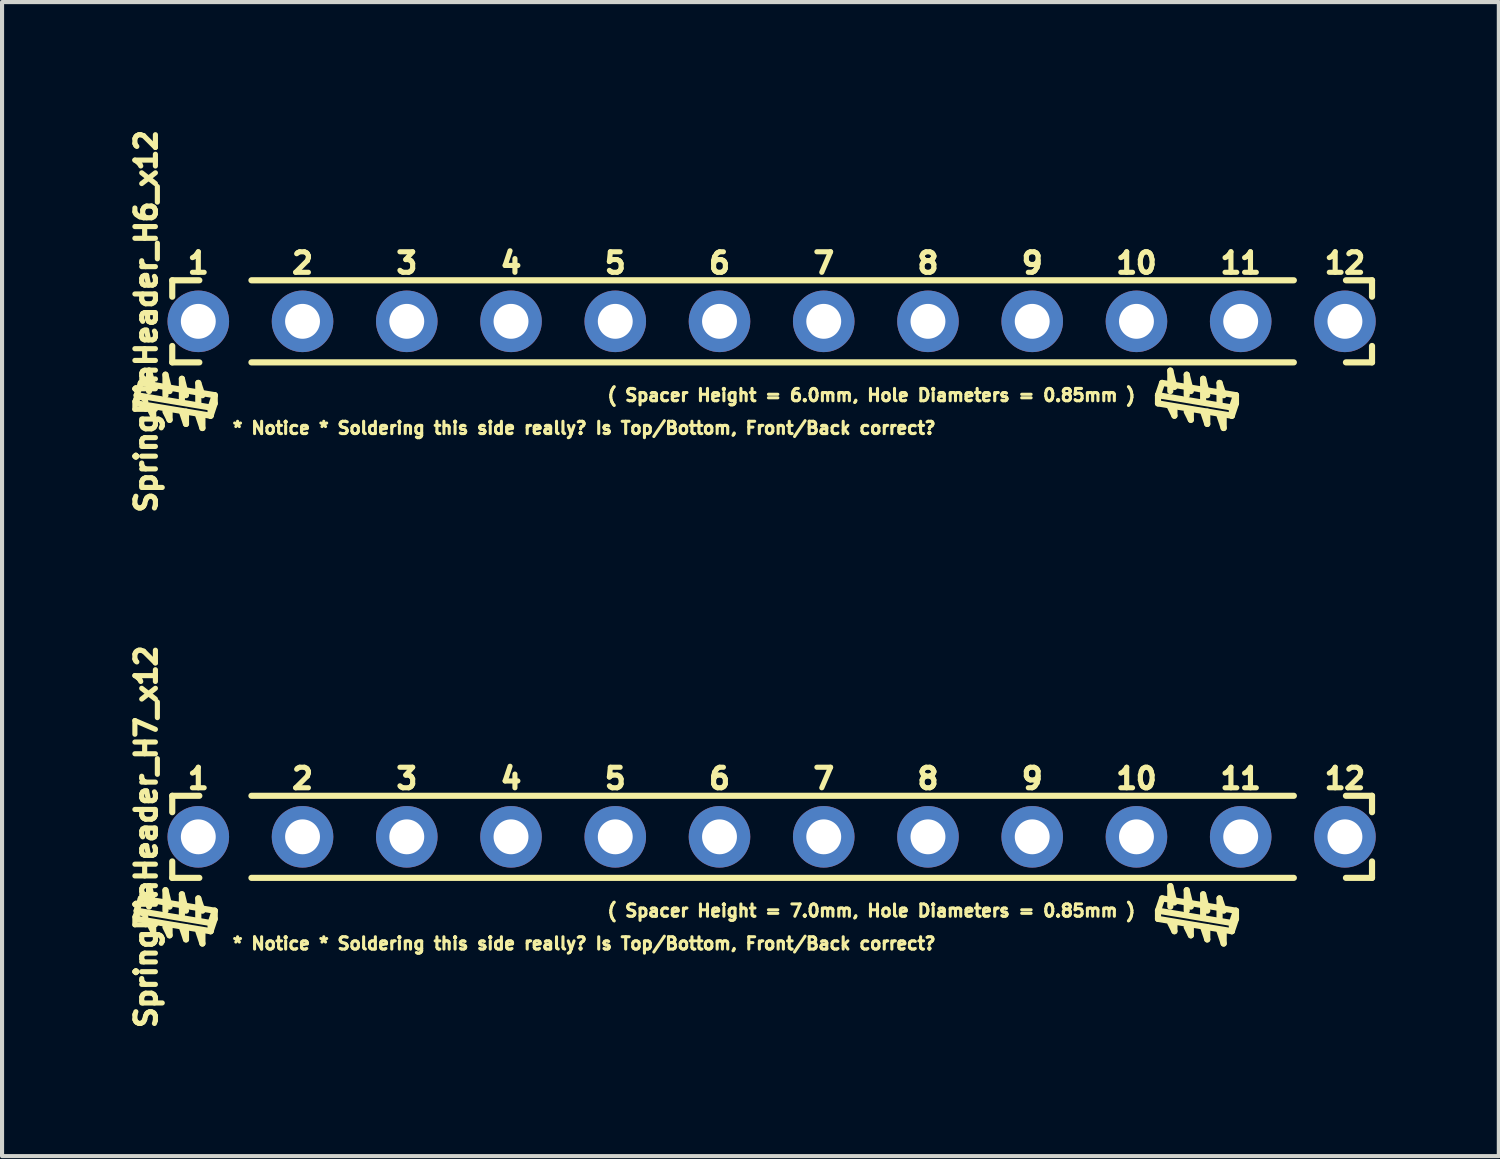
<source format=kicad_pcb>
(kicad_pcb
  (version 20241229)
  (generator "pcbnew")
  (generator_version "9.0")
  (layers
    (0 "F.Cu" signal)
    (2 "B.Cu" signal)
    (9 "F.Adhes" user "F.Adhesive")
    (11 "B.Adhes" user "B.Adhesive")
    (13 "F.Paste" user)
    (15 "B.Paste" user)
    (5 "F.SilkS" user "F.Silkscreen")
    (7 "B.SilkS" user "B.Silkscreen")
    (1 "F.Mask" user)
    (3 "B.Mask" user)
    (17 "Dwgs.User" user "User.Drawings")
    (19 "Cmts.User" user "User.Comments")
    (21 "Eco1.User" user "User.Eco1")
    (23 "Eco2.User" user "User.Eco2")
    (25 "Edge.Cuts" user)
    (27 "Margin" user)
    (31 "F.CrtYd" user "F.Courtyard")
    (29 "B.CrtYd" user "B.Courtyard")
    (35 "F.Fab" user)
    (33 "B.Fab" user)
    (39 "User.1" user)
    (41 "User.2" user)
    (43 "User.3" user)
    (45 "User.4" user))
  (footprint "SpringPinHeader_H7_x12"
    (layer "F.Cu")
    (at 1.782 17.341)
    (property "Reference" "SpringPinHeader_H7_x12" (at -1.27 0 90) (layer "F.SilkS") (effects (font (size 0.5 0.5) (thickness 0.125))))
    (attr through_hole)
    (fp_line (start -1.5 1.8) (end -1.5 2) (stroke (width 0.15) (type solid)) (layer "F.SilkS"))
    (fp_line (start -1.5 1.8) (end 0.3 2.1) (stroke (width 0.15) (type solid)) (layer "F.SilkS"))
    (fp_line (start -1.5 2) (end 0.3 2.3) (stroke (width 0.15) (type solid)) (layer "F.SilkS"))
    (fp_line (start -1.4 1.5) (end -1.5 1.8) (stroke (width 0.15) (type solid)) (layer "F.SilkS"))
    (fp_line (start -1.2 1.2) (end -1.1 1.6) (stroke (width 0.15) (type solid)) (layer "F.SilkS"))
    (fp_line (start -1.2 1.7) (end -1.2 1.2) (stroke (width 0.15) (type solid)) (layer "F.SilkS"))
    (fp_line (start -1.2 2.1) (end -1.1 2.3) (stroke (width 0.15) (type solid)) (layer "F.SilkS"))
    (fp_line (start -1.1 2.3) (end -1.1 2.1) (stroke (width 0.15) (type solid)) (layer "F.SilkS"))
    (fp_line (start -0.8 1.3) (end -0.7 1.7) (stroke (width 0.15) (type solid)) (layer "F.SilkS"))
    (fp_line (start -0.8 1.8) (end -0.8 1.3) (stroke (width 0.15) (type solid)) (layer "F.SilkS"))
    (fp_line (start -0.8 2.2) (end -0.7 2.4) (stroke (width 0.15) (type solid)) (layer "F.SilkS"))
    (fp_line (start -0.7 2.4) (end -0.7 2.2) (stroke (width 0.15) (type solid)) (layer "F.SilkS"))
    (fp_line (start -0.635 -1) (end -0.635 -0.6) (stroke (width 0.15) (type solid)) (layer "F.SilkS"))
    (fp_line (start -0.635 -1) (end 0.025 -1) (stroke (width 0.15) (type solid)) (layer "F.SilkS"))
    (fp_line (start -0.635 1) (end -0.635 0.6) (stroke (width 0.15) (type solid)) (layer "F.SilkS"))
    (fp_line (start -0.635 1) (end 0.025 1) (stroke (width 0.15) (type solid)) (layer "F.SilkS"))
    (fp_line (start -0.4 1.4) (end -0.3 1.8) (stroke (width 0.15) (type solid)) (layer "F.SilkS"))
    (fp_line (start -0.4 1.9) (end -0.4 1.4) (stroke (width 0.15) (type solid)) (layer "F.SilkS"))
    (fp_line (start -0.4 2.2) (end -0.3 2.5) (stroke (width 0.15) (type solid)) (layer "F.SilkS"))
    (fp_line (start -0.3 2.5) (end -0.3 2.2) (stroke (width 0.15) (type solid)) (layer "F.SilkS"))
    (fp_line (start 0 1.5) (end 0.1 1.8) (stroke (width 0.15) (type solid)) (layer "F.SilkS"))
    (fp_line (start 0 2) (end 0 1.5) (stroke (width 0.15) (type solid)) (layer "F.SilkS"))
    (fp_line (start 0 2.3) (end 0.1 2.6) (stroke (width 0.15) (type solid)) (layer "F.SilkS"))
    (fp_line (start 0.1 2.6) (end 0.1 2.3) (stroke (width 0.15) (type solid)) (layer "F.SilkS"))
    (fp_line (start 0.3 2.1) (end 0.4 1.8) (stroke (width 0.15) (type solid)) (layer "F.SilkS"))
    (fp_line (start 0.3 2.3) (end 0.3 2.1) (stroke (width 0.15) (type solid)) (layer "F.SilkS"))
    (fp_line (start 0.4 1.8) (end -1.4 1.5) (stroke (width 0.15) (type solid)) (layer "F.SilkS"))
    (fp_line (start 0.4 1.8) (end 0.4 2) (stroke (width 0.15) (type solid)) (layer "F.SilkS"))
    (fp_line (start 0.4 2) (end 0.3 2.3) (stroke (width 0.15) (type solid)) (layer "F.SilkS"))
    (fp_line (start 1.295 -1) (end 26.695 -1) (stroke (width 0.15) (type solid)) (layer "F.SilkS"))
    (fp_line (start 23.385 1.8) (end 23.385 2) (stroke (width 0.15) (type solid)) (layer "F.SilkS"))
    (fp_line (start 23.385 1.8) (end 25.185 2.1) (stroke (width 0.15) (type solid)) (layer "F.SilkS"))
    (fp_line (start 23.385 2) (end 25.185 2.3) (stroke (width 0.15) (type solid)) (layer "F.SilkS"))
    (fp_line (start 23.485 1.5) (end 23.385 1.8) (stroke (width 0.15) (type solid)) (layer "F.SilkS"))
    (fp_line (start 23.685 1.2) (end 23.785 1.6) (stroke (width 0.15) (type solid)) (layer "F.SilkS"))
    (fp_line (start 23.685 1.7) (end 23.685 1.2) (stroke (width 0.15) (type solid)) (layer "F.SilkS"))
    (fp_line (start 23.685 2.1) (end 23.785 2.3) (stroke (width 0.15) (type solid)) (layer "F.SilkS"))
    (fp_line (start 23.785 2.3) (end 23.785 2.1) (stroke (width 0.15) (type solid)) (layer "F.SilkS"))
    (fp_line (start 24.085 1.3) (end 24.185 1.7) (stroke (width 0.15) (type solid)) (layer "F.SilkS"))
    (fp_line (start 24.085 1.8) (end 24.085 1.3) (stroke (width 0.15) (type solid)) (layer "F.SilkS"))
    (fp_line (start 24.085 2.2) (end 24.185 2.4) (stroke (width 0.15) (type solid)) (layer "F.SilkS"))
    (fp_line (start 24.185 2.4) (end 24.185 2.2) (stroke (width 0.15) (type solid)) (layer "F.SilkS"))
    (fp_line (start 24.485 1.4) (end 24.585 1.8) (stroke (width 0.15) (type solid)) (layer "F.SilkS"))
    (fp_line (start 24.485 1.9) (end 24.485 1.4) (stroke (width 0.15) (type solid)) (layer "F.SilkS"))
    (fp_line (start 24.485 2.2) (end 24.585 2.5) (stroke (width 0.15) (type solid)) (layer "F.SilkS"))
    (fp_line (start 24.585 2.5) (end 24.585 2.2) (stroke (width 0.15) (type solid)) (layer "F.SilkS"))
    (fp_line (start 24.885 1.5) (end 24.985 1.8) (stroke (width 0.15) (type solid)) (layer "F.SilkS"))
    (fp_line (start 24.885 2) (end 24.885 1.5) (stroke (width 0.15) (type solid)) (layer "F.SilkS"))
    (fp_line (start 24.885 2.3) (end 24.985 2.6) (stroke (width 0.15) (type solid)) (layer "F.SilkS"))
    (fp_line (start 24.985 2.6) (end 24.985 2.3) (stroke (width 0.15) (type solid)) (layer "F.SilkS"))
    (fp_line (start 25.185 2.1) (end 25.285 1.8) (stroke (width 0.15) (type solid)) (layer "F.SilkS"))
    (fp_line (start 25.185 2.3) (end 25.185 2.1) (stroke (width 0.15) (type solid)) (layer "F.SilkS"))
    (fp_line (start 25.285 1.8) (end 23.485 1.5) (stroke (width 0.15) (type solid)) (layer "F.SilkS"))
    (fp_line (start 25.285 1.8) (end 25.285 2) (stroke (width 0.15) (type solid)) (layer "F.SilkS"))
    (fp_line (start 25.285 2) (end 25.185 2.3) (stroke (width 0.15) (type solid)) (layer "F.SilkS"))
    (fp_line (start 26.695 1) (end 1.295 1) (stroke (width 0.15) (type solid)) (layer "F.SilkS"))
    (fp_line (start 28.6 -1) (end 27.965 -1) (stroke (width 0.15) (type solid)) (layer "F.SilkS"))
    (fp_line (start 28.6 -1) (end 28.6 -0.6) (stroke (width 0.15) (type solid)) (layer "F.SilkS"))
    (fp_line (start 28.6 0.6) (end 28.6 1) (stroke (width 0.15) (type solid)) (layer "F.SilkS"))
    (fp_line (start 28.6 1) (end 27.965 1) (stroke (width 0.15) (type solid)) (layer "F.SilkS"))
    (fp_text user "( Spacer Height = 7.0mm, Hole Diameters = 0.85mm )" (at 16.4 1.8 0) (layer "F.SilkS") (effects (font (size 0.3 0.3) (thickness 0.075))))
    (fp_text user "9" (at 20.32 -1.42 0) (layer "F.SilkS") (effects (font (size 0.5 0.5) (thickness 0.125))))
    (fp_text user "10" (at 22.86 -1.42 0) (layer "F.SilkS") (effects (font (size 0.5 0.5) (thickness 0.125))))
    (fp_text user "7" (at 15.24 -1.42 0) (layer "F.SilkS") (effects (font (size 0.5 0.5) (thickness 0.125))))
    (fp_text user "4" (at 7.62 -1.42 0) (layer "F.SilkS") (effects (font (size 0.5 0.5) (thickness 0.125))))
    (fp_text user "1" (at 0 -1.42 0) (layer "F.SilkS") (effects (font (size 0.5 0.5) (thickness 0.125))))
    (fp_text user "6" (at 12.7 -1.42 0) (layer "F.SilkS") (effects (font (size 0.5 0.5) (thickness 0.125))))
    (fp_text user "8" (at 17.78 -1.42 0) (layer "F.SilkS") (effects (font (size 0.5 0.5) (thickness 0.125))))
    (fp_text user "2" (at 2.54 -1.42 0) (layer "F.SilkS") (effects (font (size 0.5 0.5) (thickness 0.125))))
    (fp_text user "3" (at 5.08 -1.42 0) (layer "F.SilkS") (effects (font (size 0.5 0.5) (thickness 0.125))))
    (fp_text user "5" (at 10.16 -1.42 0) (layer "F.SilkS") (effects (font (size 0.5 0.5) (thickness 0.125))))
    (fp_text user "* Notice * Soldering this side really? Is Top/Bottom, Front/Back correct?" (at 9.4 2.6 0) (layer "F.SilkS") (effects (font (size 0.3 0.3) (thickness 0.075))))
    (fp_text user "11" (at 25.4 -1.42 0) (layer "F.SilkS") (effects (font (size 0.5 0.5) (thickness 0.125))))
    (fp_text user "12" (at 27.94 -1.42 0) (layer "F.SilkS") (effects (font (size 0.5 0.5) (thickness 0.125))))
    (pad "1" thru_hole circle (at 0 0 90) (size 1.5 1.5) (drill 0.85) (layers "*.Cu" "*.Mask"))
    (pad "2" thru_hole circle (at 2.54 0) (size 1.5 1.5) (drill 0.85) (layers "*.Cu" "*.Mask"))
    (pad "3" thru_hole circle (at 5.08 0) (size 1.5 1.5) (drill 0.85) (layers "*.Cu" "*.Mask"))
    (pad "4" thru_hole circle (at 7.62 0) (size 1.5 1.5) (drill 0.85) (layers "*.Cu" "*.Mask"))
    (pad "5" thru_hole circle (at 10.16 0) (size 1.5 1.5) (drill 0.85) (layers "*.Cu" "*.Mask"))
    (pad "6" thru_hole circle (at 12.7 0) (size 1.5 1.5) (drill 0.85) (layers "*.Cu" "*.Mask"))
    (pad "7" thru_hole circle (at 15.24 0) (size 1.5 1.5) (drill 0.85) (layers "*.Cu" "*.Mask"))
    (pad "8" thru_hole circle (at 17.78 0) (size 1.5 1.5) (drill 0.85) (layers "*.Cu" "*.Mask"))
    (pad "9" thru_hole circle (at 20.32 0) (size 1.5 1.5) (drill 0.85) (layers "*.Cu" "*.Mask"))
    (pad "10" thru_hole circle (at 22.86 0) (size 1.5 1.5) (drill 0.85) (layers "*.Cu" "*.Mask"))
    (pad "11" thru_hole circle (at 25.4 0) (size 1.5 1.5) (drill 0.85) (layers "*.Cu" "*.Mask"))
    (pad "12" thru_hole circle (at 27.94 0) (size 1.5 1.5) (drill 0.85) (layers "*.Cu" "*.Mask")))
  (footprint "SpringPinHeader_H6_x12"
    (layer "F.Cu")
    (at 1.782 4.78)
    (property "Reference" "SpringPinHeader_H6_x12" (at -1.27 0 90) (layer "F.SilkS") (effects (font (size 0.5 0.5) (thickness 0.125))))
    (attr through_hole)
    (fp_line (start -1.5 1.8) (end -1.5 2) (stroke (width 0.15) (type solid)) (layer "F.SilkS"))
    (fp_line (start -1.5 1.8) (end 0.3 2.1) (stroke (width 0.15) (type solid)) (layer "F.SilkS"))
    (fp_line (start -1.5 2) (end 0.3 2.3) (stroke (width 0.15) (type solid)) (layer "F.SilkS"))
    (fp_line (start -1.4 1.5) (end -1.5 1.8) (stroke (width 0.15) (type solid)) (layer "F.SilkS"))
    (fp_line (start -1.2 1.2) (end -1.1 1.6) (stroke (width 0.15) (type solid)) (layer "F.SilkS"))
    (fp_line (start -1.2 1.7) (end -1.2 1.2) (stroke (width 0.15) (type solid)) (layer "F.SilkS"))
    (fp_line (start -1.2 2.1) (end -1.1 2.3) (stroke (width 0.15) (type solid)) (layer "F.SilkS"))
    (fp_line (start -1.1 2.3) (end -1.1 2.1) (stroke (width 0.15) (type solid)) (layer "F.SilkS"))
    (fp_line (start -0.8 1.3) (end -0.7 1.7) (stroke (width 0.15) (type solid)) (layer "F.SilkS"))
    (fp_line (start -0.8 1.8) (end -0.8 1.3) (stroke (width 0.15) (type solid)) (layer "F.SilkS"))
    (fp_line (start -0.8 2.2) (end -0.7 2.4) (stroke (width 0.15) (type solid)) (layer "F.SilkS"))
    (fp_line (start -0.7 2.4) (end -0.7 2.2) (stroke (width 0.15) (type solid)) (layer "F.SilkS"))
    (fp_line (start -0.635 -1) (end -0.635 -0.6) (stroke (width 0.15) (type solid)) (layer "F.SilkS"))
    (fp_line (start -0.635 -1) (end 0.025 -1) (stroke (width 0.15) (type solid)) (layer "F.SilkS"))
    (fp_line (start -0.635 1) (end -0.635 0.6) (stroke (width 0.15) (type solid)) (layer "F.SilkS"))
    (fp_line (start -0.635 1) (end 0.025 1) (stroke (width 0.15) (type solid)) (layer "F.SilkS"))
    (fp_line (start -0.4 1.4) (end -0.3 1.8) (stroke (width 0.15) (type solid)) (layer "F.SilkS"))
    (fp_line (start -0.4 1.9) (end -0.4 1.4) (stroke (width 0.15) (type solid)) (layer "F.SilkS"))
    (fp_line (start -0.4 2.2) (end -0.3 2.5) (stroke (width 0.15) (type solid)) (layer "F.SilkS"))
    (fp_line (start -0.3 2.5) (end -0.3 2.2) (stroke (width 0.15) (type solid)) (layer "F.SilkS"))
    (fp_line (start 0 1.5) (end 0.1 1.8) (stroke (width 0.15) (type solid)) (layer "F.SilkS"))
    (fp_line (start 0 2) (end 0 1.5) (stroke (width 0.15) (type solid)) (layer "F.SilkS"))
    (fp_line (start 0 2.3) (end 0.1 2.6) (stroke (width 0.15) (type solid)) (layer "F.SilkS"))
    (fp_line (start 0.1 2.6) (end 0.1 2.3) (stroke (width 0.15) (type solid)) (layer "F.SilkS"))
    (fp_line (start 0.3 2.1) (end 0.4 1.8) (stroke (width 0.15) (type solid)) (layer "F.SilkS"))
    (fp_line (start 0.3 2.3) (end 0.3 2.1) (stroke (width 0.15) (type solid)) (layer "F.SilkS"))
    (fp_line (start 0.4 1.8) (end -1.4 1.5) (stroke (width 0.15) (type solid)) (layer "F.SilkS"))
    (fp_line (start 0.4 1.8) (end 0.4 2) (stroke (width 0.15) (type solid)) (layer "F.SilkS"))
    (fp_line (start 0.4 2) (end 0.3 2.3) (stroke (width 0.15) (type solid)) (layer "F.SilkS"))
    (fp_line (start 1.295 -1) (end 26.695 -1) (stroke (width 0.15) (type solid)) (layer "F.SilkS"))
    (fp_line (start 23.385 1.8) (end 23.385 2) (stroke (width 0.15) (type solid)) (layer "F.SilkS"))
    (fp_line (start 23.385 1.8) (end 25.185 2.1) (stroke (width 0.15) (type solid)) (layer "F.SilkS"))
    (fp_line (start 23.385 2) (end 25.185 2.3) (stroke (width 0.15) (type solid)) (layer "F.SilkS"))
    (fp_line (start 23.485 1.5) (end 23.385 1.8) (stroke (width 0.15) (type solid)) (layer "F.SilkS"))
    (fp_line (start 23.685 1.2) (end 23.785 1.6) (stroke (width 0.15) (type solid)) (layer "F.SilkS"))
    (fp_line (start 23.685 1.7) (end 23.685 1.2) (stroke (width 0.15) (type solid)) (layer "F.SilkS"))
    (fp_line (start 23.685 2.1) (end 23.785 2.3) (stroke (width 0.15) (type solid)) (layer "F.SilkS"))
    (fp_line (start 23.785 2.3) (end 23.785 2.1) (stroke (width 0.15) (type solid)) (layer "F.SilkS"))
    (fp_line (start 24.085 1.3) (end 24.185 1.7) (stroke (width 0.15) (type solid)) (layer "F.SilkS"))
    (fp_line (start 24.085 1.8) (end 24.085 1.3) (stroke (width 0.15) (type solid)) (layer "F.SilkS"))
    (fp_line (start 24.085 2.2) (end 24.185 2.4) (stroke (width 0.15) (type solid)) (layer "F.SilkS"))
    (fp_line (start 24.185 2.4) (end 24.185 2.2) (stroke (width 0.15) (type solid)) (layer "F.SilkS"))
    (fp_line (start 24.485 1.4) (end 24.585 1.8) (stroke (width 0.15) (type solid)) (layer "F.SilkS"))
    (fp_line (start 24.485 1.9) (end 24.485 1.4) (stroke (width 0.15) (type solid)) (layer "F.SilkS"))
    (fp_line (start 24.485 2.2) (end 24.585 2.5) (stroke (width 0.15) (type solid)) (layer "F.SilkS"))
    (fp_line (start 24.585 2.5) (end 24.585 2.2) (stroke (width 0.15) (type solid)) (layer "F.SilkS"))
    (fp_line (start 24.885 1.5) (end 24.985 1.8) (stroke (width 0.15) (type solid)) (layer "F.SilkS"))
    (fp_line (start 24.885 2) (end 24.885 1.5) (stroke (width 0.15) (type solid)) (layer "F.SilkS"))
    (fp_line (start 24.885 2.3) (end 24.985 2.6) (stroke (width 0.15) (type solid)) (layer "F.SilkS"))
    (fp_line (start 24.985 2.6) (end 24.985 2.3) (stroke (width 0.15) (type solid)) (layer "F.SilkS"))
    (fp_line (start 25.185 2.1) (end 25.285 1.8) (stroke (width 0.15) (type solid)) (layer "F.SilkS"))
    (fp_line (start 25.185 2.3) (end 25.185 2.1) (stroke (width 0.15) (type solid)) (layer "F.SilkS"))
    (fp_line (start 25.285 1.8) (end 23.485 1.5) (stroke (width 0.15) (type solid)) (layer "F.SilkS"))
    (fp_line (start 25.285 1.8) (end 25.285 2) (stroke (width 0.15) (type solid)) (layer "F.SilkS"))
    (fp_line (start 25.285 2) (end 25.185 2.3) (stroke (width 0.15) (type solid)) (layer "F.SilkS"))
    (fp_line (start 26.695 1) (end 1.295 1) (stroke (width 0.15) (type solid)) (layer "F.SilkS"))
    (fp_line (start 28.6 -1) (end 27.965 -1) (stroke (width 0.15) (type solid)) (layer "F.SilkS"))
    (fp_line (start 28.6 -1) (end 28.6 -0.6) (stroke (width 0.15) (type solid)) (layer "F.SilkS"))
    (fp_line (start 28.6 0.6) (end 28.6 1) (stroke (width 0.15) (type solid)) (layer "F.SilkS"))
    (fp_line (start 28.6 1) (end 27.965 1) (stroke (width 0.15) (type solid)) (layer "F.SilkS"))
    (fp_text user "( Spacer Height = 6.0mm, Hole Diameters = 0.85mm )" (at 16.4 1.8 0) (layer "F.SilkS") (effects (font (size 0.3 0.3) (thickness 0.075))))
    (fp_text user "6" (at 12.7 -1.42 0) (layer "F.SilkS") (effects (font (size 0.5 0.5) (thickness 0.125))))
    (fp_text user "* Notice * Soldering this side really? Is Top/Bottom, Front/Back correct?" (at 9.4 2.6 0) (layer "F.SilkS") (effects (font (size 0.3 0.3) (thickness 0.075))))
    (fp_text user "3" (at 5.08 -1.42 0) (layer "F.SilkS") (effects (font (size 0.5 0.5) (thickness 0.125))))
    (fp_text user "1" (at 0 -1.42 0) (layer "F.SilkS") (effects (font (size 0.5 0.5) (thickness 0.125))))
    (fp_text user "12" (at 27.94 -1.42 0) (layer "F.SilkS") (effects (font (size 0.5 0.5) (thickness 0.125))))
    (fp_text user "9" (at 20.32 -1.42 0) (layer "F.SilkS") (effects (font (size 0.5 0.5) (thickness 0.125))))
    (fp_text user "7" (at 15.24 -1.42 0) (layer "F.SilkS") (effects (font (size 0.5 0.5) (thickness 0.125))))
    (fp_text user "8" (at 17.78 -1.42 0) (layer "F.SilkS") (effects (font (size 0.5 0.5) (thickness 0.125))))
    (fp_text user "11" (at 25.4 -1.42 0) (layer "F.SilkS") (effects (font (size 0.5 0.5) (thickness 0.125))))
    (fp_text user "10" (at 22.86 -1.42 0) (layer "F.SilkS") (effects (font (size 0.5 0.5) (thickness 0.125))))
    (fp_text user "5" (at 10.16 -1.42 0) (layer "F.SilkS") (effects (font (size 0.5 0.5) (thickness 0.125))))
    (fp_text user "4" (at 7.62 -1.42 0) (layer "F.SilkS") (effects (font (size 0.5 0.5) (thickness 0.125))))
    (fp_text user "2" (at 2.54 -1.42 0) (layer "F.SilkS") (effects (font (size 0.5 0.5) (thickness 0.125))))
    (pad "1" thru_hole circle (at 0 0 90) (size 1.5 1.5) (drill 0.85) (layers "*.Cu" "*.Mask"))
    (pad "2" thru_hole circle (at 2.54 0) (size 1.5 1.5) (drill 0.85) (layers "*.Cu" "*.Mask"))
    (pad "3" thru_hole circle (at 5.08 0) (size 1.5 1.5) (drill 0.85) (layers "*.Cu" "*.Mask"))
    (pad "4" thru_hole circle (at 7.62 0) (size 1.5 1.5) (drill 0.85) (layers "*.Cu" "*.Mask"))
    (pad "5" thru_hole circle (at 10.16 0) (size 1.5 1.5) (drill 0.85) (layers "*.Cu" "*.Mask"))
    (pad "6" thru_hole circle (at 12.7 0) (size 1.5 1.5) (drill 0.85) (layers "*.Cu" "*.Mask"))
    (pad "7" thru_hole circle (at 15.24 0) (size 1.5 1.5) (drill 0.85) (layers "*.Cu" "*.Mask"))
    (pad "8" thru_hole circle (at 17.78 0) (size 1.5 1.5) (drill 0.85) (layers "*.Cu" "*.Mask"))
    (pad "9" thru_hole circle (at 20.32 0) (size 1.5 1.5) (drill 0.85) (layers "*.Cu" "*.Mask"))
    (pad "10" thru_hole circle (at 22.86 0) (size 1.5 1.5) (drill 0.85) (layers "*.Cu" "*.Mask"))
    (pad "11" thru_hole circle (at 25.4 0) (size 1.5 1.5) (drill 0.85) (layers "*.Cu" "*.Mask"))
    (pad "12" thru_hole circle (at 27.94 0) (size 1.5 1.5) (drill 0.85) (layers "*.Cu" "*.Mask")))
  (gr_rect
    (start -3 -3)
    (end 33.472 25.121)
    (stroke (width 0.1) (type default))
    (fill no)
    (layer "Edge.Cuts")))
</source>
